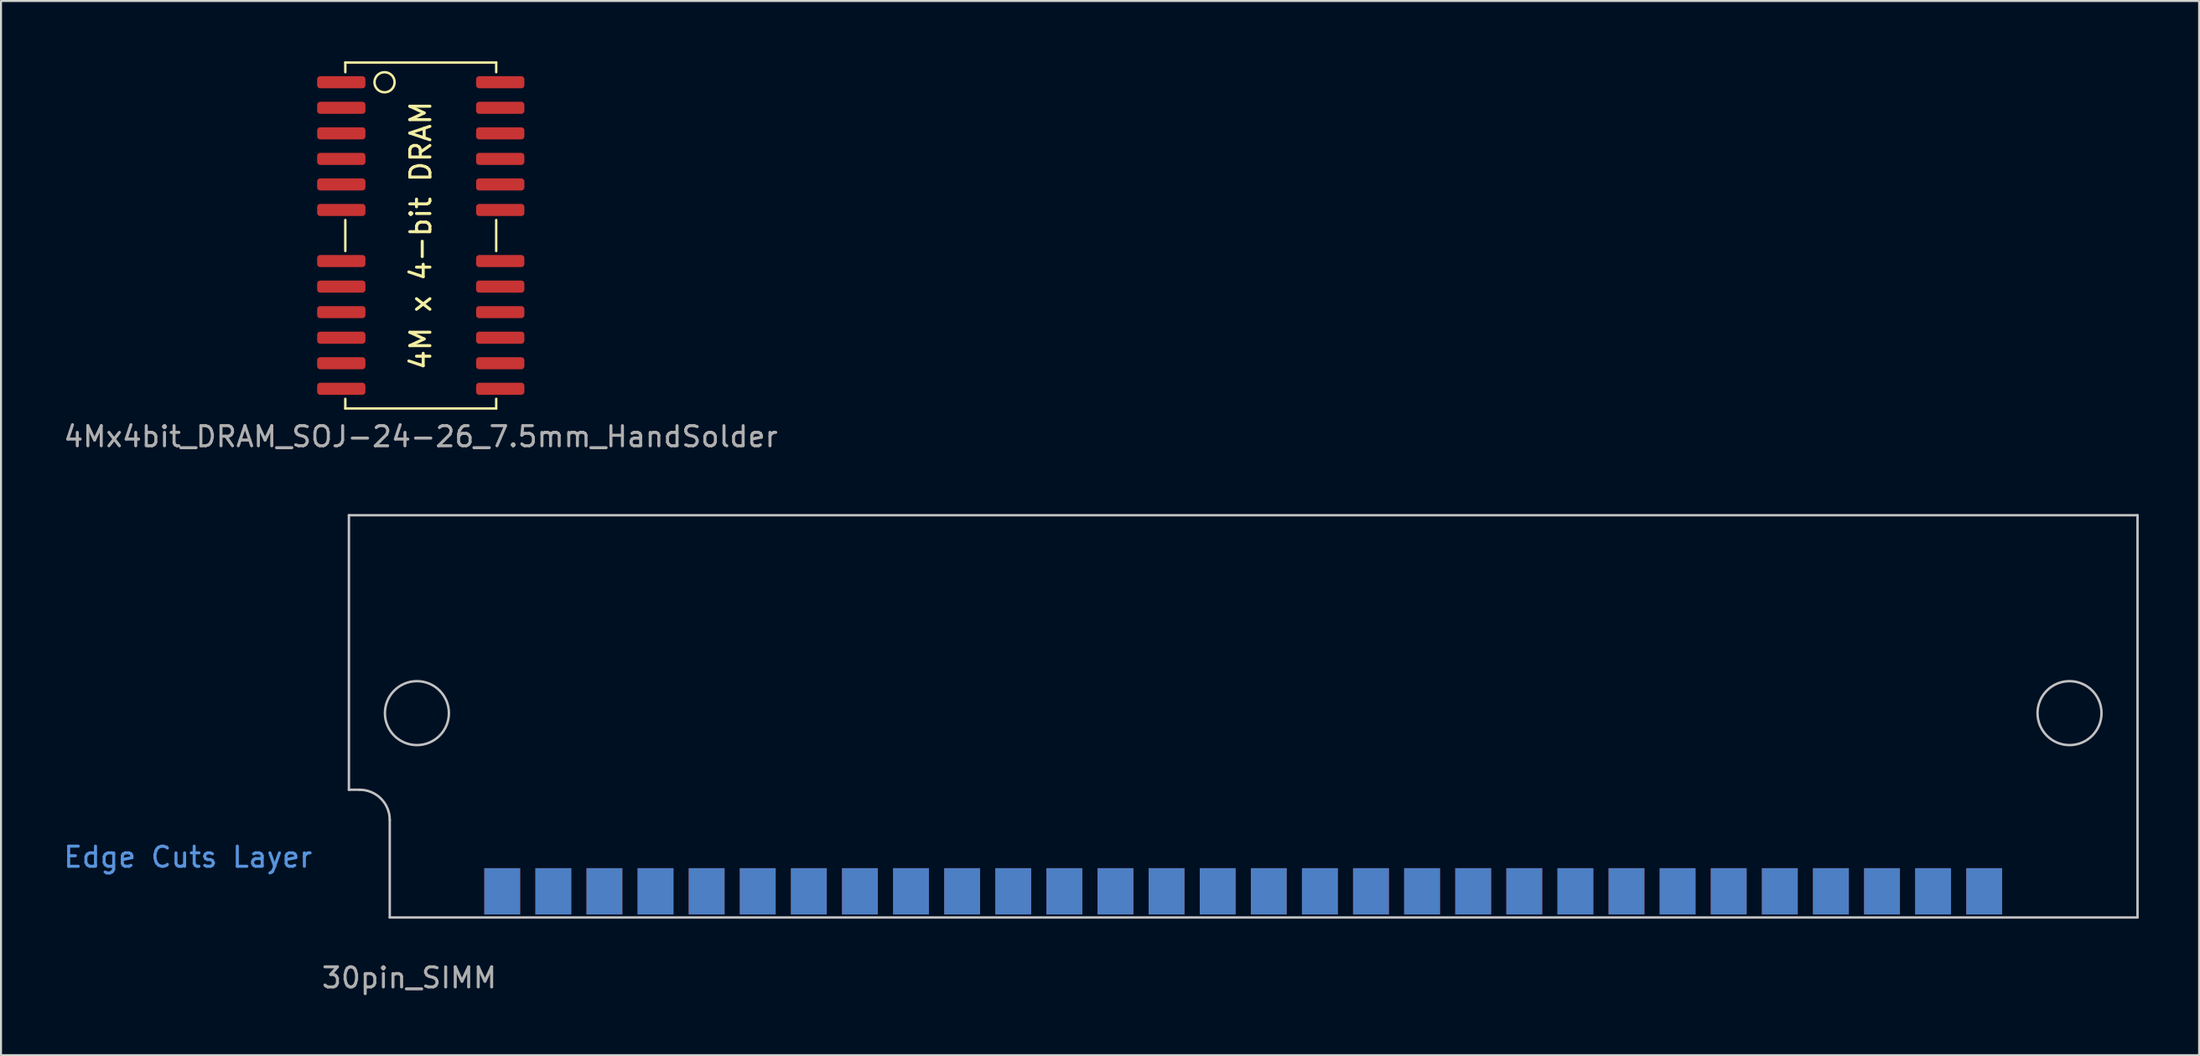
<source format=kicad_pcb>
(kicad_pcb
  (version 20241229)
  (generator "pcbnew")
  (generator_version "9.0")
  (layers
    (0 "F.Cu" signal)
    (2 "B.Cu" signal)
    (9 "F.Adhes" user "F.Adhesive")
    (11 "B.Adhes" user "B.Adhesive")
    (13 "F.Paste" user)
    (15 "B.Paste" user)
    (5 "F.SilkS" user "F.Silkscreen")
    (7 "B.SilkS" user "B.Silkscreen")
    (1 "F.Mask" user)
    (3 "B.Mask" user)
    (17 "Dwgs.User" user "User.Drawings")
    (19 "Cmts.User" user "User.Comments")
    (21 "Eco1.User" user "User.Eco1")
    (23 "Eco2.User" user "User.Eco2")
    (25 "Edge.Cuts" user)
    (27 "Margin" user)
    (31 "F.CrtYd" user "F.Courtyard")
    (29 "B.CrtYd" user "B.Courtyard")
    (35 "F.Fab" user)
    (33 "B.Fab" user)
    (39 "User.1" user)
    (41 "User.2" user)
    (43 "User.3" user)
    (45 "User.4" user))
  (footprint "30pin_SIMM"
    (layer "F.Cu")
    (at 14.292 42.568)
    (property "Reference" "30pin_SIMM" (at 3 3 0) (layer "F.Fab") (effects (font (size 1 1) (thickness 0.15))))
    (attr smd)
    (fp_line (start 0 -20) (end 0 -6.35) (stroke (width 0.12) (type solid)) (layer "Dwgs.User"))
    (fp_line (start 0 -20) (end 88.9 -20) (stroke (width 0.12) (type solid)) (layer "Dwgs.User"))
    (fp_line (start 0 -6.35) (end 0.53 -6.35) (stroke (width 0.12) (type solid)) (layer "Dwgs.User"))
    (fp_line (start 2.03 -4.85) (end 2.03 0) (stroke (width 0.12) (type solid)) (layer "Dwgs.User"))
    (fp_line (start 2.03 0) (end 88.9 0) (stroke (width 0.12) (type solid)) (layer "Dwgs.User"))
    (fp_line (start 88.9 -20) (end 88.9 0) (stroke (width 0.12) (type solid)) (layer "Dwgs.User"))
    (fp_arc (start 0.53 -6.35) (mid 1.59066 -5.91066) (end 2.03 -4.85) (stroke (width 0.12) (type solid)) (layer "Dwgs.User"))
    (fp_circle (center 3.38 -10.16) (end 4.97 -10.16) (stroke (width 0.12) (type solid)) (fill no) (layer "Dwgs.User"))
    (fp_circle (center 85.52 -10.16) (end 87.11 -10.16) (stroke (width 0.12) (type solid)) (fill no) (layer "Dwgs.User"))
    (fp_text user "Edge Cuts Layer" (at -8 -3 0) (layer "Cmts.User") (effects (font (size 1 1) (thickness 0.15))))
    (pad "1" connect rect (at 7.62 -1.3) (size 1.78 2.3) (layers "F.Cu" "F.Mask"))
    (pad "1" connect rect (at 7.62 -1.3) (size 1.78 2.3) (layers "B.Cu" "B.Mask"))
    (pad "2" connect rect (at 10.16 -1.3) (size 1.78 2.3) (layers "F.Cu" "F.Mask"))
    (pad "2" connect rect (at 10.16 -1.3) (size 1.78 2.3) (layers "B.Cu" "B.Mask"))
    (pad "3" connect rect (at 12.7 -1.3) (size 1.78 2.3) (layers "F.Cu" "F.Mask"))
    (pad "3" connect rect (at 12.7 -1.3) (size 1.78 2.3) (layers "B.Cu" "B.Mask"))
    (pad "4" connect rect (at 15.24 -1.3) (size 1.78 2.3) (layers "F.Cu" "F.Mask"))
    (pad "4" connect rect (at 15.24 -1.3) (size 1.78 2.3) (layers "B.Cu" "B.Mask"))
    (pad "5" connect rect (at 17.78 -1.3) (size 1.78 2.3) (layers "F.Cu" "F.Mask"))
    (pad "5" connect rect (at 17.78 -1.3) (size 1.78 2.3) (layers "B.Cu" "B.Mask"))
    (pad "6" connect rect (at 20.32 -1.3) (size 1.78 2.3) (layers "F.Cu" "F.Mask"))
    (pad "6" connect rect (at 20.32 -1.3) (size 1.78 2.3) (layers "B.Cu" "B.Mask"))
    (pad "7" connect rect (at 22.86 -1.3) (size 1.78 2.3) (layers "F.Cu" "F.Mask"))
    (pad "7" connect rect (at 22.86 -1.3) (size 1.78 2.3) (layers "B.Cu" "B.Mask"))
    (pad "8" connect rect (at 25.4 -1.3) (size 1.78 2.3) (layers "F.Cu" "F.Mask"))
    (pad "8" connect rect (at 25.4 -1.3) (size 1.78 2.3) (layers "B.Cu" "B.Mask"))
    (pad "9" connect rect (at 27.94 -1.3) (size 1.78 2.3) (layers "F.Cu" "F.Mask"))
    (pad "9" connect rect (at 27.94 -1.3) (size 1.78 2.3) (layers "B.Cu" "B.Mask"))
    (pad "10" connect rect (at 30.48 -1.3) (size 1.78 2.3) (layers "F.Cu" "F.Mask"))
    (pad "10" connect rect (at 30.48 -1.3) (size 1.78 2.3) (layers "B.Cu" "B.Mask"))
    (pad "11" connect rect (at 33.02 -1.3) (size 1.78 2.3) (layers "F.Cu" "F.Mask"))
    (pad "11" connect rect (at 33.02 -1.3) (size 1.78 2.3) (layers "B.Cu" "B.Mask"))
    (pad "12" connect rect (at 35.56 -1.3) (size 1.78 2.3) (layers "F.Cu" "F.Mask"))
    (pad "12" connect rect (at 35.56 -1.3) (size 1.78 2.3) (layers "B.Cu" "B.Mask"))
    (pad "13" connect rect (at 38.1 -1.3) (size 1.78 2.3) (layers "F.Cu" "F.Mask"))
    (pad "13" connect rect (at 38.1 -1.3) (size 1.78 2.3) (layers "B.Cu" "B.Mask"))
    (pad "14" connect rect (at 40.64 -1.3) (size 1.78 2.3) (layers "F.Cu" "F.Mask"))
    (pad "14" connect rect (at 40.64 -1.3) (size 1.78 2.3) (layers "B.Cu" "B.Mask"))
    (pad "15" connect rect (at 43.18 -1.3) (size 1.78 2.3) (layers "F.Cu" "F.Mask"))
    (pad "15" connect rect (at 43.18 -1.3) (size 1.78 2.3) (layers "B.Cu" "B.Mask"))
    (pad "16" connect rect (at 45.72 -1.3) (size 1.78 2.3) (layers "F.Cu" "F.Mask"))
    (pad "16" connect rect (at 45.72 -1.3) (size 1.78 2.3) (layers "B.Cu" "B.Mask"))
    (pad "17" connect rect (at 48.26 -1.3) (size 1.78 2.3) (layers "F.Cu" "F.Mask"))
    (pad "17" connect rect (at 48.26 -1.3) (size 1.78 2.3) (layers "B.Cu" "B.Mask"))
    (pad "18" connect rect (at 50.8 -1.3) (size 1.78 2.3) (layers "F.Cu" "F.Mask"))
    (pad "18" connect rect (at 50.8 -1.3) (size 1.78 2.3) (layers "B.Cu" "B.Mask"))
    (pad "19" connect rect (at 53.34 -1.3) (size 1.78 2.3) (layers "F.Cu" "F.Mask"))
    (pad "19" connect rect (at 53.34 -1.3) (size 1.78 2.3) (layers "B.Cu" "B.Mask"))
    (pad "20" connect rect (at 55.88 -1.3) (size 1.78 2.3) (layers "F.Cu" "F.Mask"))
    (pad "20" connect rect (at 55.88 -1.3) (size 1.78 2.3) (layers "B.Cu" "B.Mask"))
    (pad "21" connect rect (at 58.42 -1.3) (size 1.78 2.3) (layers "F.Cu" "F.Mask"))
    (pad "21" connect rect (at 58.42 -1.3) (size 1.78 2.3) (layers "B.Cu" "B.Mask"))
    (pad "22" connect rect (at 60.96 -1.3) (size 1.78 2.3) (layers "F.Cu" "F.Mask"))
    (pad "22" connect rect (at 60.96 -1.3) (size 1.78 2.3) (layers "B.Cu" "B.Mask"))
    (pad "23" connect rect (at 63.5 -1.3) (size 1.78 2.3) (layers "F.Cu" "F.Mask"))
    (pad "23" connect rect (at 63.5 -1.3) (size 1.78 2.3) (layers "B.Cu" "B.Mask"))
    (pad "24" connect rect (at 66.04 -1.3) (size 1.78 2.3) (layers "F.Cu" "F.Mask"))
    (pad "24" connect rect (at 66.04 -1.3) (size 1.78 2.3) (layers "B.Cu" "B.Mask"))
    (pad "25" connect rect (at 68.58 -1.3) (size 1.78 2.3) (layers "F.Cu" "F.Mask"))
    (pad "25" connect rect (at 68.58 -1.3) (size 1.78 2.3) (layers "B.Cu" "B.Mask"))
    (pad "26" connect rect (at 71.12 -1.3) (size 1.78 2.3) (layers "F.Cu" "F.Mask"))
    (pad "26" connect rect (at 71.12 -1.3) (size 1.78 2.3) (layers "B.Cu" "B.Mask"))
    (pad "27" connect rect (at 73.66 -1.3) (size 1.78 2.3) (layers "F.Cu" "F.Mask"))
    (pad "27" connect rect (at 73.66 -1.3) (size 1.78 2.3) (layers "B.Cu" "B.Mask"))
    (pad "28" connect rect (at 76.2 -1.3) (size 1.78 2.3) (layers "F.Cu" "F.Mask"))
    (pad "28" connect rect (at 76.2 -1.3) (size 1.78 2.3) (layers "B.Cu" "B.Mask"))
    (pad "29" connect rect (at 78.74 -1.3) (size 1.78 2.3) (layers "F.Cu" "F.Mask"))
    (pad "29" connect rect (at 78.74 -1.3) (size 1.78 2.3) (layers "B.Cu" "B.Mask"))
    (pad "30" connect rect (at 81.28 -1.3) (size 1.78 2.3) (layers "F.Cu" "F.Mask"))
    (pad "30" connect rect (at 81.28 -1.3) (size 1.78 2.3) (layers "B.Cu" "B.Mask")))
  (footprint "4Mx4bit_DRAM_SOJ-24-26_7.5mm_HandSolder"
    (layer "F.Cu")
    (at 17.863 8.66)
    (property "Reference" "4Mx4bit_DRAM_SOJ-24-26_7.5mm_HandSolder" (at 0 10 0) (layer "F.Fab") (effects (font (size 1 1) (thickness 0.15))))
    (attr smd)
    (fp_line (start -3.75 -8.6) (end -3.75 -8.12) (stroke (width 0.12) (type solid)) (layer "F.SilkS"))
    (fp_line (start -3.75 -8.6) (end 3.75 -8.6) (stroke (width 0.12) (type solid)) (layer "F.SilkS"))
    (fp_line (start -3.75 -0.77) (end -3.75 0.77) (stroke (width 0.12) (type solid)) (layer "F.SilkS"))
    (fp_line (start -3.75 8.6) (end -3.75 8.12) (stroke (width 0.12) (type solid)) (layer "F.SilkS"))
    (fp_line (start 3.75 -8.6) (end 3.75 -8.12) (stroke (width 0.12) (type solid)) (layer "F.SilkS"))
    (fp_line (start 3.75 -0.77) (end 3.75 0.77) (stroke (width 0.12) (type solid)) (layer "F.SilkS"))
    (fp_line (start 3.75 8.6) (end -3.75 8.6) (stroke (width 0.12) (type solid)) (layer "F.SilkS"))
    (fp_line (start 3.75 8.6) (end 3.75 8.12) (stroke (width 0.12) (type solid)) (layer "F.SilkS"))
    (fp_circle (center -1.8 -7.62) (end -1.3 -7.62) (stroke (width 0.12) (type solid)) (fill no) (layer "F.SilkS"))
    (fp_text user "4M x 4-bit DRAM" (at 0 0 270) (layer "F.SilkS") (effects (font (size 1 1) (thickness 0.15))))
    (pad "1" smd roundrect (at -3.7 -7.62) (size 2.4 0.6) (drill (offset -0.25 0)) (layers "F.Cu" "F.Mask" "F.Paste") (roundrect_rratio 0.25))
    (pad "2" smd roundrect (at -3.7 -6.35) (size 2.4 0.6) (drill (offset -0.25 0)) (layers "F.Cu" "F.Mask" "F.Paste") (roundrect_rratio 0.25))
    (pad "3" smd roundrect (at -3.7 -5.08) (size 2.4 0.6) (drill (offset -0.25 0)) (layers "F.Cu" "F.Mask" "F.Paste") (roundrect_rratio 0.25))
    (pad "4" smd roundrect (at -3.7 -3.81) (size 2.4 0.6) (drill (offset -0.25 0)) (layers "F.Cu" "F.Mask" "F.Paste") (roundrect_rratio 0.25))
    (pad "5" smd roundrect (at -3.7 -2.54) (size 2.4 0.6) (drill (offset -0.25 0)) (layers "F.Cu" "F.Mask" "F.Paste") (roundrect_rratio 0.25))
    (pad "6" smd roundrect (at -3.7 -1.27) (size 2.4 0.6) (drill (offset -0.25 0)) (layers "F.Cu" "F.Mask" "F.Paste") (roundrect_rratio 0.25))
    (pad "8" smd roundrect (at -3.7 1.27) (size 2.4 0.6) (drill (offset -0.25 0)) (layers "F.Cu" "F.Mask" "F.Paste") (roundrect_rratio 0.25))
    (pad "9" smd roundrect (at -3.7 2.54) (size 2.4 0.6) (drill (offset -0.25 0)) (layers "F.Cu" "F.Mask" "F.Paste") (roundrect_rratio 0.25))
    (pad "10" smd roundrect (at -3.7 3.81) (size 2.4 0.6) (drill (offset -0.25 0)) (layers "F.Cu" "F.Mask" "F.Paste") (roundrect_rratio 0.25))
    (pad "11" smd roundrect (at -3.7 5.08) (size 2.4 0.6) (drill (offset -0.25 0)) (layers "F.Cu" "F.Mask" "F.Paste") (roundrect_rratio 0.25))
    (pad "12" smd roundrect (at -3.7 6.35) (size 2.4 0.6) (drill (offset -0.25 0)) (layers "F.Cu" "F.Mask" "F.Paste") (roundrect_rratio 0.25))
    (pad "13" smd roundrect (at -3.7 7.62) (size 2.4 0.6) (drill (offset -0.25 0)) (layers "F.Cu" "F.Mask" "F.Paste") (roundrect_rratio 0.25))
    (pad "14" smd roundrect (at 3.7 7.62) (size 2.4 0.6) (drill (offset 0.25 0)) (layers "F.Cu" "F.Mask" "F.Paste") (roundrect_rratio 0.25))
    (pad "15" smd roundrect (at 3.7 6.35) (size 2.4 0.6) (drill (offset 0.25 0)) (layers "F.Cu" "F.Mask" "F.Paste") (roundrect_rratio 0.25))
    (pad "16" smd roundrect (at 3.7 5.08) (size 2.4 0.6) (drill (offset 0.25 0)) (layers "F.Cu" "F.Mask" "F.Paste") (roundrect_rratio 0.25))
    (pad "17" smd roundrect (at 3.7 3.81) (size 2.4 0.6) (drill (offset 0.25 0)) (layers "F.Cu" "F.Mask" "F.Paste") (roundrect_rratio 0.25))
    (pad "18" smd roundrect (at 3.7 2.54) (size 2.4 0.6) (drill (offset 0.25 0)) (layers "F.Cu" "F.Mask" "F.Paste") (roundrect_rratio 0.25))
    (pad "19" smd roundrect (at 3.7 1.27) (size 2.4 0.6) (drill (offset 0.25 0)) (layers "F.Cu" "F.Mask" "F.Paste") (roundrect_rratio 0.25))
    (pad "21" smd roundrect (at 3.7 -1.27) (size 2.4 0.6) (drill (offset 0.25 0)) (layers "F.Cu" "F.Mask" "F.Paste") (roundrect_rratio 0.25))
    (pad "22" smd roundrect (at 3.7 -2.54) (size 2.4 0.6) (drill (offset 0.25 0)) (layers "F.Cu" "F.Mask" "F.Paste") (roundrect_rratio 0.25))
    (pad "23" smd roundrect (at 3.7 -3.81) (size 2.4 0.6) (drill (offset 0.25 0)) (layers "F.Cu" "F.Mask" "F.Paste") (roundrect_rratio 0.25))
    (pad "24" smd roundrect (at 3.7 -5.08) (size 2.4 0.6) (drill (offset 0.25 0)) (layers "F.Cu" "F.Mask" "F.Paste") (roundrect_rratio 0.25))
    (pad "25" smd roundrect (at 3.7 -6.35) (size 2.4 0.6) (drill (offset 0.25 0)) (layers "F.Cu" "F.Mask" "F.Paste") (roundrect_rratio 0.25))
    (pad "26" smd roundrect (at 3.7 -7.62) (size 2.4 0.6) (drill (offset 0.25 0)) (layers "F.Cu" "F.Mask" "F.Paste") (roundrect_rratio 0.25)))
  (gr_rect
    (start -3 -3)
    (end 106.252 49.416)
    (stroke (width 0.1) (type default))
    (fill no)
    (layer "Edge.Cuts")))
</source>
